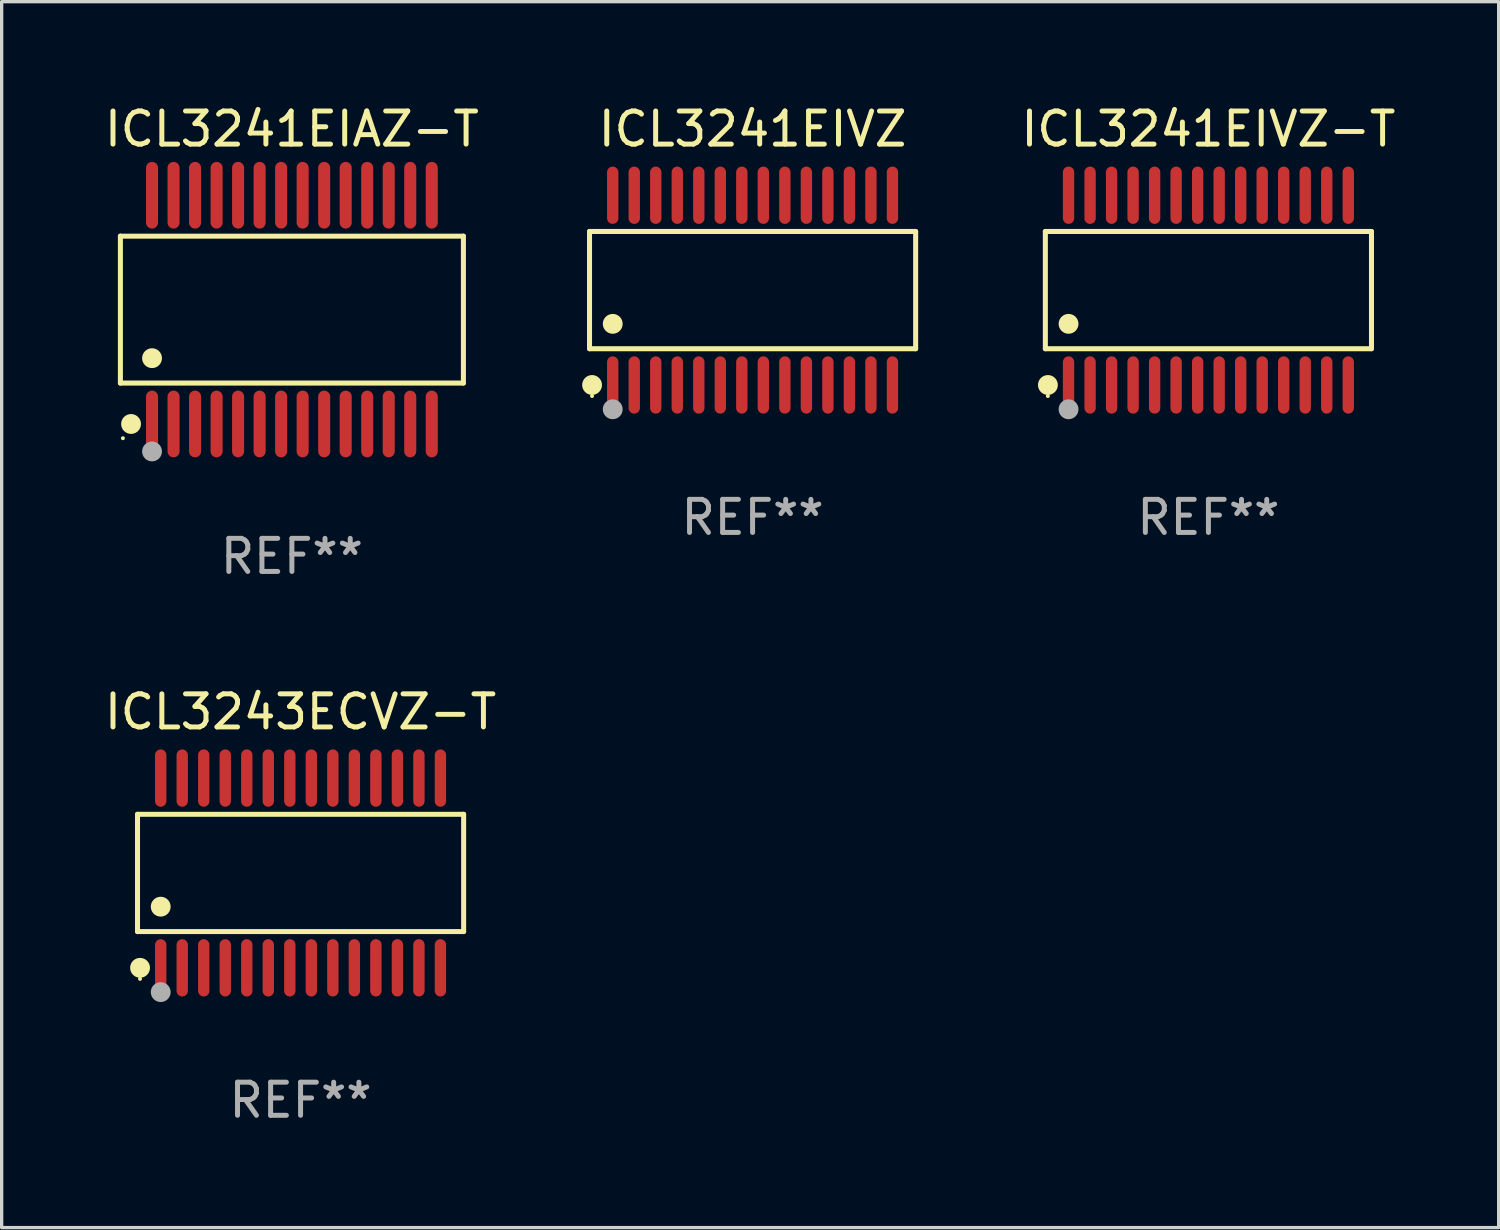
<source format=kicad_pcb>
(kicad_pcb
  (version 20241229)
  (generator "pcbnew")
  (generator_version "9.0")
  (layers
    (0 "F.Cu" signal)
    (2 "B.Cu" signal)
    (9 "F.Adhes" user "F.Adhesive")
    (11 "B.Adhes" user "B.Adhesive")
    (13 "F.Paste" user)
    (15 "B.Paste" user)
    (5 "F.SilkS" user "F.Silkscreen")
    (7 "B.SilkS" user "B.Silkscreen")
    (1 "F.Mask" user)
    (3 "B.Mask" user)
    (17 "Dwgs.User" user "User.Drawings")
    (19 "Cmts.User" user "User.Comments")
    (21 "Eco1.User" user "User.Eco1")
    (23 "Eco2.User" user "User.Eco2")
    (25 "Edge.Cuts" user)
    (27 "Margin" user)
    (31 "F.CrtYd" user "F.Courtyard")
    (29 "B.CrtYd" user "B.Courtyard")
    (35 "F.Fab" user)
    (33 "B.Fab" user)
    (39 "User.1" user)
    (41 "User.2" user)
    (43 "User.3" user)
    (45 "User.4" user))
  (footprint "ICL3241EIAZ-T"
    (layer "F.Cu")
    (at 5.768 6.303)
    (property "Reference" "ICL3241EIAZ-T" (at 0 -5.455 0) (layer "F.SilkS") (effects (font (size 1 1) (thickness 0.15))))
    (attr through_hole)
    (fp_line (start -5.181 -2.219) (end 5.181 -2.219) (stroke (width 0.152) (type solid)) (layer "F.SilkS"))
    (fp_line (start -5.181 2.219) (end -5.181 -2.219) (stroke (width 0.152) (type solid)) (layer "F.SilkS"))
    (fp_line (start 5.181 -2.219) (end 5.181 2.219) (stroke (width 0.152) (type solid)) (layer "F.SilkS"))
    (fp_line (start 5.181 2.219) (end -5.181 2.219) (stroke (width 0.152) (type solid)) (layer "F.SilkS"))
    (fp_circle (center -5.105 3.885) (end -5.075 3.885) (stroke (width 0.06) (type solid)) (fill no) (layer "F.SilkS"))
    (fp_circle (center -4.859 3.455) (end -4.709 3.455) (stroke (width 0.3) (type solid)) (fill no) (layer "F.SilkS"))
    (fp_circle (center -4.225 1.467) (end -4.075 1.467) (stroke (width 0.3) (type solid)) (fill no) (layer "F.SilkS"))
    (fp_circle (center -4.225 4.285) (end -4.075 4.285) (stroke (width 0.3) (type solid)) (fill no) (layer "F.Fab"))
    (fp_text user "REF**" (at 0 7.455 0) (layer "F.Fab") (effects (font (size 1 1) (thickness 0.15))))
    (pad "1" smd oval (at -4.225 3.455) (size 0.364 2.015) (layers "F.Cu" "F.Mask" "F.Paste"))
    (pad "2" smd oval (at -3.575 3.455) (size 0.364 2.015) (layers "F.Cu" "F.Mask" "F.Paste"))
    (pad "3" smd oval (at -2.925 3.455) (size 0.364 2.015) (layers "F.Cu" "F.Mask" "F.Paste"))
    (pad "4" smd oval (at -2.275 3.455) (size 0.364 2.015) (layers "F.Cu" "F.Mask" "F.Paste"))
    (pad "5" smd oval (at -1.625 3.455) (size 0.364 2.015) (layers "F.Cu" "F.Mask" "F.Paste"))
    (pad "6" smd oval (at -0.975 3.455) (size 0.364 2.015) (layers "F.Cu" "F.Mask" "F.Paste"))
    (pad "7" smd oval (at -0.325 3.455) (size 0.364 2.015) (layers "F.Cu" "F.Mask" "F.Paste"))
    (pad "8" smd oval (at 0.325 3.455) (size 0.364 2.015) (layers "F.Cu" "F.Mask" "F.Paste"))
    (pad "9" smd oval (at 0.975 3.455) (size 0.364 2.015) (layers "F.Cu" "F.Mask" "F.Paste"))
    (pad "10" smd oval (at 1.625 3.455) (size 0.364 2.015) (layers "F.Cu" "F.Mask" "F.Paste"))
    (pad "11" smd oval (at 2.275 3.455) (size 0.364 2.015) (layers "F.Cu" "F.Mask" "F.Paste"))
    (pad "12" smd oval (at 2.925 3.455) (size 0.364 2.015) (layers "F.Cu" "F.Mask" "F.Paste"))
    (pad "13" smd oval (at 3.575 3.455) (size 0.364 2.015) (layers "F.Cu" "F.Mask" "F.Paste"))
    (pad "14" smd oval (at 4.225 3.455) (size 0.364 2.015) (layers "F.Cu" "F.Mask" "F.Paste"))
    (pad "15" smd oval (at 4.225 -3.455) (size 0.364 2.015) (layers "F.Cu" "F.Mask" "F.Paste"))
    (pad "16" smd oval (at 3.575 -3.455) (size 0.364 2.015) (layers "F.Cu" "F.Mask" "F.Paste"))
    (pad "17" smd oval (at 2.925 -3.455) (size 0.364 2.015) (layers "F.Cu" "F.Mask" "F.Paste"))
    (pad "18" smd oval (at 2.275 -3.455) (size 0.364 2.015) (layers "F.Cu" "F.Mask" "F.Paste"))
    (pad "19" smd oval (at 1.625 -3.455) (size 0.364 2.015) (layers "F.Cu" "F.Mask" "F.Paste"))
    (pad "20" smd oval (at 0.975 -3.455) (size 0.364 2.015) (layers "F.Cu" "F.Mask" "F.Paste"))
    (pad "21" smd oval (at 0.325 -3.455) (size 0.364 2.015) (layers "F.Cu" "F.Mask" "F.Paste"))
    (pad "22" smd oval (at -0.325 -3.455) (size 0.364 2.015) (layers "F.Cu" "F.Mask" "F.Paste"))
    (pad "23" smd oval (at -0.975 -3.455) (size 0.364 2.015) (layers "F.Cu" "F.Mask" "F.Paste"))
    (pad "24" smd oval (at -1.625 -3.455) (size 0.364 2.015) (layers "F.Cu" "F.Mask" "F.Paste"))
    (pad "25" smd oval (at -2.275 -3.455) (size 0.364 2.015) (layers "F.Cu" "F.Mask" "F.Paste"))
    (pad "26" smd oval (at -2.925 -3.455) (size 0.364 2.015) (layers "F.Cu" "F.Mask" "F.Paste"))
    (pad "27" smd oval (at -3.575 -3.455) (size 0.364 2.015) (layers "F.Cu" "F.Mask" "F.Paste"))
    (pad "28" smd oval (at -4.225 -3.455) (size 0.364 2.015) (layers "F.Cu" "F.Mask" "F.Paste")))
  (footprint "ICL3241EIVZ-T"
    (layer "F.Cu")
    (at 33.455 5.714)
    (property "Reference" "ICL3241EIVZ-T" (at 0 -4.866 0) (layer "F.SilkS") (effects (font (size 1 1) (thickness 0.15))))
    (attr through_hole)
    (fp_line (start -4.926 -1.772) (end 4.926 -1.772) (stroke (width 0.152) (type solid)) (layer "F.SilkS"))
    (fp_line (start -4.926 1.771) (end -4.926 -1.772) (stroke (width 0.152) (type solid)) (layer "F.SilkS"))
    (fp_line (start 4.926 -1.772) (end 4.926 1.771) (stroke (width 0.152) (type solid)) (layer "F.SilkS"))
    (fp_line (start 4.926 1.771) (end -4.926 1.771) (stroke (width 0.152) (type solid)) (layer "F.SilkS"))
    (fp_circle (center -4.85 3.2) (end -4.82 3.2) (stroke (width 0.06) (type solid)) (fill no) (layer "F.SilkS"))
    (fp_circle (center -4.849 2.866) (end -4.699 2.866) (stroke (width 0.3) (type solid)) (fill no) (layer "F.SilkS"))
    (fp_circle (center -4.225 1.019) (end -4.075 1.019) (stroke (width 0.3) (type solid)) (fill no) (layer "F.SilkS"))
    (fp_circle (center -4.225 3.6) (end -4.075 3.6) (stroke (width 0.3) (type solid)) (fill no) (layer "F.Fab"))
    (fp_text user "REF**" (at 0 6.866 0) (layer "F.Fab") (effects (font (size 1 1) (thickness 0.15))))
    (pad "1" smd oval (at -4.225 2.866) (size 0.343 1.731) (layers "F.Cu" "F.Mask" "F.Paste"))
    (pad "2" smd oval (at -3.575 2.866) (size 0.343 1.731) (layers "F.Cu" "F.Mask" "F.Paste"))
    (pad "3" smd oval (at -2.925 2.866) (size 0.343 1.731) (layers "F.Cu" "F.Mask" "F.Paste"))
    (pad "4" smd oval (at -2.275 2.866) (size 0.343 1.731) (layers "F.Cu" "F.Mask" "F.Paste"))
    (pad "5" smd oval (at -1.625 2.866) (size 0.343 1.731) (layers "F.Cu" "F.Mask" "F.Paste"))
    (pad "6" smd oval (at -0.975 2.866) (size 0.343 1.731) (layers "F.Cu" "F.Mask" "F.Paste"))
    (pad "7" smd oval (at -0.325 2.866) (size 0.343 1.731) (layers "F.Cu" "F.Mask" "F.Paste"))
    (pad "8" smd oval (at 0.325 2.866) (size 0.343 1.731) (layers "F.Cu" "F.Mask" "F.Paste"))
    (pad "9" smd oval (at 0.975 2.866) (size 0.343 1.731) (layers "F.Cu" "F.Mask" "F.Paste"))
    (pad "10" smd oval (at 1.625 2.866) (size 0.343 1.731) (layers "F.Cu" "F.Mask" "F.Paste"))
    (pad "11" smd oval (at 2.275 2.866) (size 0.343 1.731) (layers "F.Cu" "F.Mask" "F.Paste"))
    (pad "12" smd oval (at 2.925 2.866) (size 0.343 1.731) (layers "F.Cu" "F.Mask" "F.Paste"))
    (pad "13" smd oval (at 3.575 2.866) (size 0.343 1.731) (layers "F.Cu" "F.Mask" "F.Paste"))
    (pad "14" smd oval (at 4.225 2.866) (size 0.343 1.731) (layers "F.Cu" "F.Mask" "F.Paste"))
    (pad "15" smd oval (at 4.225 -2.866) (size 0.343 1.731) (layers "F.Cu" "F.Mask" "F.Paste"))
    (pad "16" smd oval (at 3.575 -2.866) (size 0.343 1.731) (layers "F.Cu" "F.Mask" "F.Paste"))
    (pad "17" smd oval (at 2.925 -2.866) (size 0.343 1.731) (layers "F.Cu" "F.Mask" "F.Paste"))
    (pad "18" smd oval (at 2.275 -2.866) (size 0.343 1.731) (layers "F.Cu" "F.Mask" "F.Paste"))
    (pad "19" smd oval (at 1.625 -2.866) (size 0.343 1.731) (layers "F.Cu" "F.Mask" "F.Paste"))
    (pad "20" smd oval (at 0.975 -2.866) (size 0.343 1.731) (layers "F.Cu" "F.Mask" "F.Paste"))
    (pad "21" smd oval (at 0.325 -2.866) (size 0.343 1.731) (layers "F.Cu" "F.Mask" "F.Paste"))
    (pad "22" smd oval (at -0.325 -2.866) (size 0.343 1.731) (layers "F.Cu" "F.Mask" "F.Paste"))
    (pad "23" smd oval (at -0.975 -2.866) (size 0.343 1.731) (layers "F.Cu" "F.Mask" "F.Paste"))
    (pad "24" smd oval (at -1.625 -2.866) (size 0.343 1.731) (layers "F.Cu" "F.Mask" "F.Paste"))
    (pad "25" smd oval (at -2.275 -2.866) (size 0.343 1.731) (layers "F.Cu" "F.Mask" "F.Paste"))
    (pad "26" smd oval (at -2.925 -2.866) (size 0.343 1.731) (layers "F.Cu" "F.Mask" "F.Paste"))
    (pad "27" smd oval (at -3.575 -2.866) (size 0.343 1.731) (layers "F.Cu" "F.Mask" "F.Paste"))
    (pad "28" smd oval (at -4.225 -2.866) (size 0.343 1.731) (layers "F.Cu" "F.Mask" "F.Paste")))
  (footprint "ICL3241EIVZ"
    (layer "F.Cu")
    (at 19.685 5.714)
    (property "Reference" "ICL3241EIVZ" (at 0 -4.866 0) (layer "F.SilkS") (effects (font (size 1 1) (thickness 0.15))))
    (attr through_hole)
    (fp_line (start -4.926 -1.772) (end 4.926 -1.772) (stroke (width 0.152) (type solid)) (layer "F.SilkS"))
    (fp_line (start -4.926 1.771) (end -4.926 -1.772) (stroke (width 0.152) (type solid)) (layer "F.SilkS"))
    (fp_line (start 4.926 -1.772) (end 4.926 1.771) (stroke (width 0.152) (type solid)) (layer "F.SilkS"))
    (fp_line (start 4.926 1.771) (end -4.926 1.771) (stroke (width 0.152) (type solid)) (layer "F.SilkS"))
    (fp_circle (center -4.85 3.2) (end -4.82 3.2) (stroke (width 0.06) (type solid)) (fill no) (layer "F.SilkS"))
    (fp_circle (center -4.849 2.866) (end -4.699 2.866) (stroke (width 0.3) (type solid)) (fill no) (layer "F.SilkS"))
    (fp_circle (center -4.225 1.019) (end -4.075 1.019) (stroke (width 0.3) (type solid)) (fill no) (layer "F.SilkS"))
    (fp_circle (center -4.225 3.6) (end -4.075 3.6) (stroke (width 0.3) (type solid)) (fill no) (layer "F.Fab"))
    (fp_text user "REF**" (at 0 6.866 0) (layer "F.Fab") (effects (font (size 1 1) (thickness 0.15))))
    (pad "1" smd oval (at -4.225 2.866) (size 0.343 1.731) (layers "F.Cu" "F.Mask" "F.Paste"))
    (pad "2" smd oval (at -3.575 2.866) (size 0.343 1.731) (layers "F.Cu" "F.Mask" "F.Paste"))
    (pad "3" smd oval (at -2.925 2.866) (size 0.343 1.731) (layers "F.Cu" "F.Mask" "F.Paste"))
    (pad "4" smd oval (at -2.275 2.866) (size 0.343 1.731) (layers "F.Cu" "F.Mask" "F.Paste"))
    (pad "5" smd oval (at -1.625 2.866) (size 0.343 1.731) (layers "F.Cu" "F.Mask" "F.Paste"))
    (pad "6" smd oval (at -0.975 2.866) (size 0.343 1.731) (layers "F.Cu" "F.Mask" "F.Paste"))
    (pad "7" smd oval (at -0.325 2.866) (size 0.343 1.731) (layers "F.Cu" "F.Mask" "F.Paste"))
    (pad "8" smd oval (at 0.325 2.866) (size 0.343 1.731) (layers "F.Cu" "F.Mask" "F.Paste"))
    (pad "9" smd oval (at 0.975 2.866) (size 0.343 1.731) (layers "F.Cu" "F.Mask" "F.Paste"))
    (pad "10" smd oval (at 1.625 2.866) (size 0.343 1.731) (layers "F.Cu" "F.Mask" "F.Paste"))
    (pad "11" smd oval (at 2.275 2.866) (size 0.343 1.731) (layers "F.Cu" "F.Mask" "F.Paste"))
    (pad "12" smd oval (at 2.925 2.866) (size 0.343 1.731) (layers "F.Cu" "F.Mask" "F.Paste"))
    (pad "13" smd oval (at 3.575 2.866) (size 0.343 1.731) (layers "F.Cu" "F.Mask" "F.Paste"))
    (pad "14" smd oval (at 4.225 2.866) (size 0.343 1.731) (layers "F.Cu" "F.Mask" "F.Paste"))
    (pad "15" smd oval (at 4.225 -2.866) (size 0.343 1.731) (layers "F.Cu" "F.Mask" "F.Paste"))
    (pad "16" smd oval (at 3.575 -2.866) (size 0.343 1.731) (layers "F.Cu" "F.Mask" "F.Paste"))
    (pad "17" smd oval (at 2.925 -2.866) (size 0.343 1.731) (layers "F.Cu" "F.Mask" "F.Paste"))
    (pad "18" smd oval (at 2.275 -2.866) (size 0.343 1.731) (layers "F.Cu" "F.Mask" "F.Paste"))
    (pad "19" smd oval (at 1.625 -2.866) (size 0.343 1.731) (layers "F.Cu" "F.Mask" "F.Paste"))
    (pad "20" smd oval (at 0.975 -2.866) (size 0.343 1.731) (layers "F.Cu" "F.Mask" "F.Paste"))
    (pad "21" smd oval (at 0.325 -2.866) (size 0.343 1.731) (layers "F.Cu" "F.Mask" "F.Paste"))
    (pad "22" smd oval (at -0.325 -2.866) (size 0.343 1.731) (layers "F.Cu" "F.Mask" "F.Paste"))
    (pad "23" smd oval (at -0.975 -2.866) (size 0.343 1.731) (layers "F.Cu" "F.Mask" "F.Paste"))
    (pad "24" smd oval (at -1.625 -2.866) (size 0.343 1.731) (layers "F.Cu" "F.Mask" "F.Paste"))
    (pad "25" smd oval (at -2.275 -2.866) (size 0.343 1.731) (layers "F.Cu" "F.Mask" "F.Paste"))
    (pad "26" smd oval (at -2.925 -2.866) (size 0.343 1.731) (layers "F.Cu" "F.Mask" "F.Paste"))
    (pad "27" smd oval (at -3.575 -2.866) (size 0.343 1.731) (layers "F.Cu" "F.Mask" "F.Paste"))
    (pad "28" smd oval (at -4.225 -2.866) (size 0.343 1.731) (layers "F.Cu" "F.Mask" "F.Paste")))
  (footprint "ICL3243ECVZ-T"
    (layer "F.Cu")
    (at 6.03 23.321)
    (property "Reference" "ICL3243ECVZ-T" (at 0 -4.866 0) (layer "F.SilkS") (effects (font (size 1 1) (thickness 0.15))))
    (attr through_hole)
    (fp_line (start -4.926 -1.772) (end 4.926 -1.772) (stroke (width 0.152) (type solid)) (layer "F.SilkS"))
    (fp_line (start -4.926 1.771) (end -4.926 -1.772) (stroke (width 0.152) (type solid)) (layer "F.SilkS"))
    (fp_line (start 4.926 -1.772) (end 4.926 1.771) (stroke (width 0.152) (type solid)) (layer "F.SilkS"))
    (fp_line (start 4.926 1.771) (end -4.926 1.771) (stroke (width 0.152) (type solid)) (layer "F.SilkS"))
    (fp_circle (center -4.85 3.2) (end -4.82 3.2) (stroke (width 0.06) (type solid)) (fill no) (layer "F.SilkS"))
    (fp_circle (center -4.849 2.866) (end -4.699 2.866) (stroke (width 0.3) (type solid)) (fill no) (layer "F.SilkS"))
    (fp_circle (center -4.225 1.019) (end -4.075 1.019) (stroke (width 0.3) (type solid)) (fill no) (layer "F.SilkS"))
    (fp_circle (center -4.225 3.6) (end -4.075 3.6) (stroke (width 0.3) (type solid)) (fill no) (layer "F.Fab"))
    (fp_text user "REF**" (at 0 6.866 0) (layer "F.Fab") (effects (font (size 1 1) (thickness 0.15))))
    (pad "1" smd oval (at -4.225 2.866) (size 0.343 1.731) (layers "F.Cu" "F.Mask" "F.Paste"))
    (pad "2" smd oval (at -3.575 2.866) (size 0.343 1.731) (layers "F.Cu" "F.Mask" "F.Paste"))
    (pad "3" smd oval (at -2.925 2.866) (size 0.343 1.731) (layers "F.Cu" "F.Mask" "F.Paste"))
    (pad "4" smd oval (at -2.275 2.866) (size 0.343 1.731) (layers "F.Cu" "F.Mask" "F.Paste"))
    (pad "5" smd oval (at -1.625 2.866) (size 0.343 1.731) (layers "F.Cu" "F.Mask" "F.Paste"))
    (pad "6" smd oval (at -0.975 2.866) (size 0.343 1.731) (layers "F.Cu" "F.Mask" "F.Paste"))
    (pad "7" smd oval (at -0.325 2.866) (size 0.343 1.731) (layers "F.Cu" "F.Mask" "F.Paste"))
    (pad "8" smd oval (at 0.325 2.866) (size 0.343 1.731) (layers "F.Cu" "F.Mask" "F.Paste"))
    (pad "9" smd oval (at 0.975 2.866) (size 0.343 1.731) (layers "F.Cu" "F.Mask" "F.Paste"))
    (pad "10" smd oval (at 1.625 2.866) (size 0.343 1.731) (layers "F.Cu" "F.Mask" "F.Paste"))
    (pad "11" smd oval (at 2.275 2.866) (size 0.343 1.731) (layers "F.Cu" "F.Mask" "F.Paste"))
    (pad "12" smd oval (at 2.925 2.866) (size 0.343 1.731) (layers "F.Cu" "F.Mask" "F.Paste"))
    (pad "13" smd oval (at 3.575 2.866) (size 0.343 1.731) (layers "F.Cu" "F.Mask" "F.Paste"))
    (pad "14" smd oval (at 4.225 2.866) (size 0.343 1.731) (layers "F.Cu" "F.Mask" "F.Paste"))
    (pad "15" smd oval (at 4.225 -2.866) (size 0.343 1.731) (layers "F.Cu" "F.Mask" "F.Paste"))
    (pad "16" smd oval (at 3.575 -2.866) (size 0.343 1.731) (layers "F.Cu" "F.Mask" "F.Paste"))
    (pad "17" smd oval (at 2.925 -2.866) (size 0.343 1.731) (layers "F.Cu" "F.Mask" "F.Paste"))
    (pad "18" smd oval (at 2.275 -2.866) (size 0.343 1.731) (layers "F.Cu" "F.Mask" "F.Paste"))
    (pad "19" smd oval (at 1.625 -2.866) (size 0.343 1.731) (layers "F.Cu" "F.Mask" "F.Paste"))
    (pad "20" smd oval (at 0.975 -2.866) (size 0.343 1.731) (layers "F.Cu" "F.Mask" "F.Paste"))
    (pad "21" smd oval (at 0.325 -2.866) (size 0.343 1.731) (layers "F.Cu" "F.Mask" "F.Paste"))
    (pad "22" smd oval (at -0.325 -2.866) (size 0.343 1.731) (layers "F.Cu" "F.Mask" "F.Paste"))
    (pad "23" smd oval (at -0.975 -2.866) (size 0.343 1.731) (layers "F.Cu" "F.Mask" "F.Paste"))
    (pad "24" smd oval (at -1.625 -2.866) (size 0.343 1.731) (layers "F.Cu" "F.Mask" "F.Paste"))
    (pad "25" smd oval (at -2.275 -2.866) (size 0.343 1.731) (layers "F.Cu" "F.Mask" "F.Paste"))
    (pad "26" smd oval (at -2.925 -2.866) (size 0.343 1.731) (layers "F.Cu" "F.Mask" "F.Paste"))
    (pad "27" smd oval (at -3.575 -2.866) (size 0.343 1.731) (layers "F.Cu" "F.Mask" "F.Paste"))
    (pad "28" smd oval (at -4.225 -2.866) (size 0.343 1.731) (layers "F.Cu" "F.Mask" "F.Paste")))
  (gr_rect
    (start -3 -3)
    (end 42.223 34.035)
    (stroke (width 0.1) (type default))
    (fill no)
    (layer "Edge.Cuts")))
</source>
